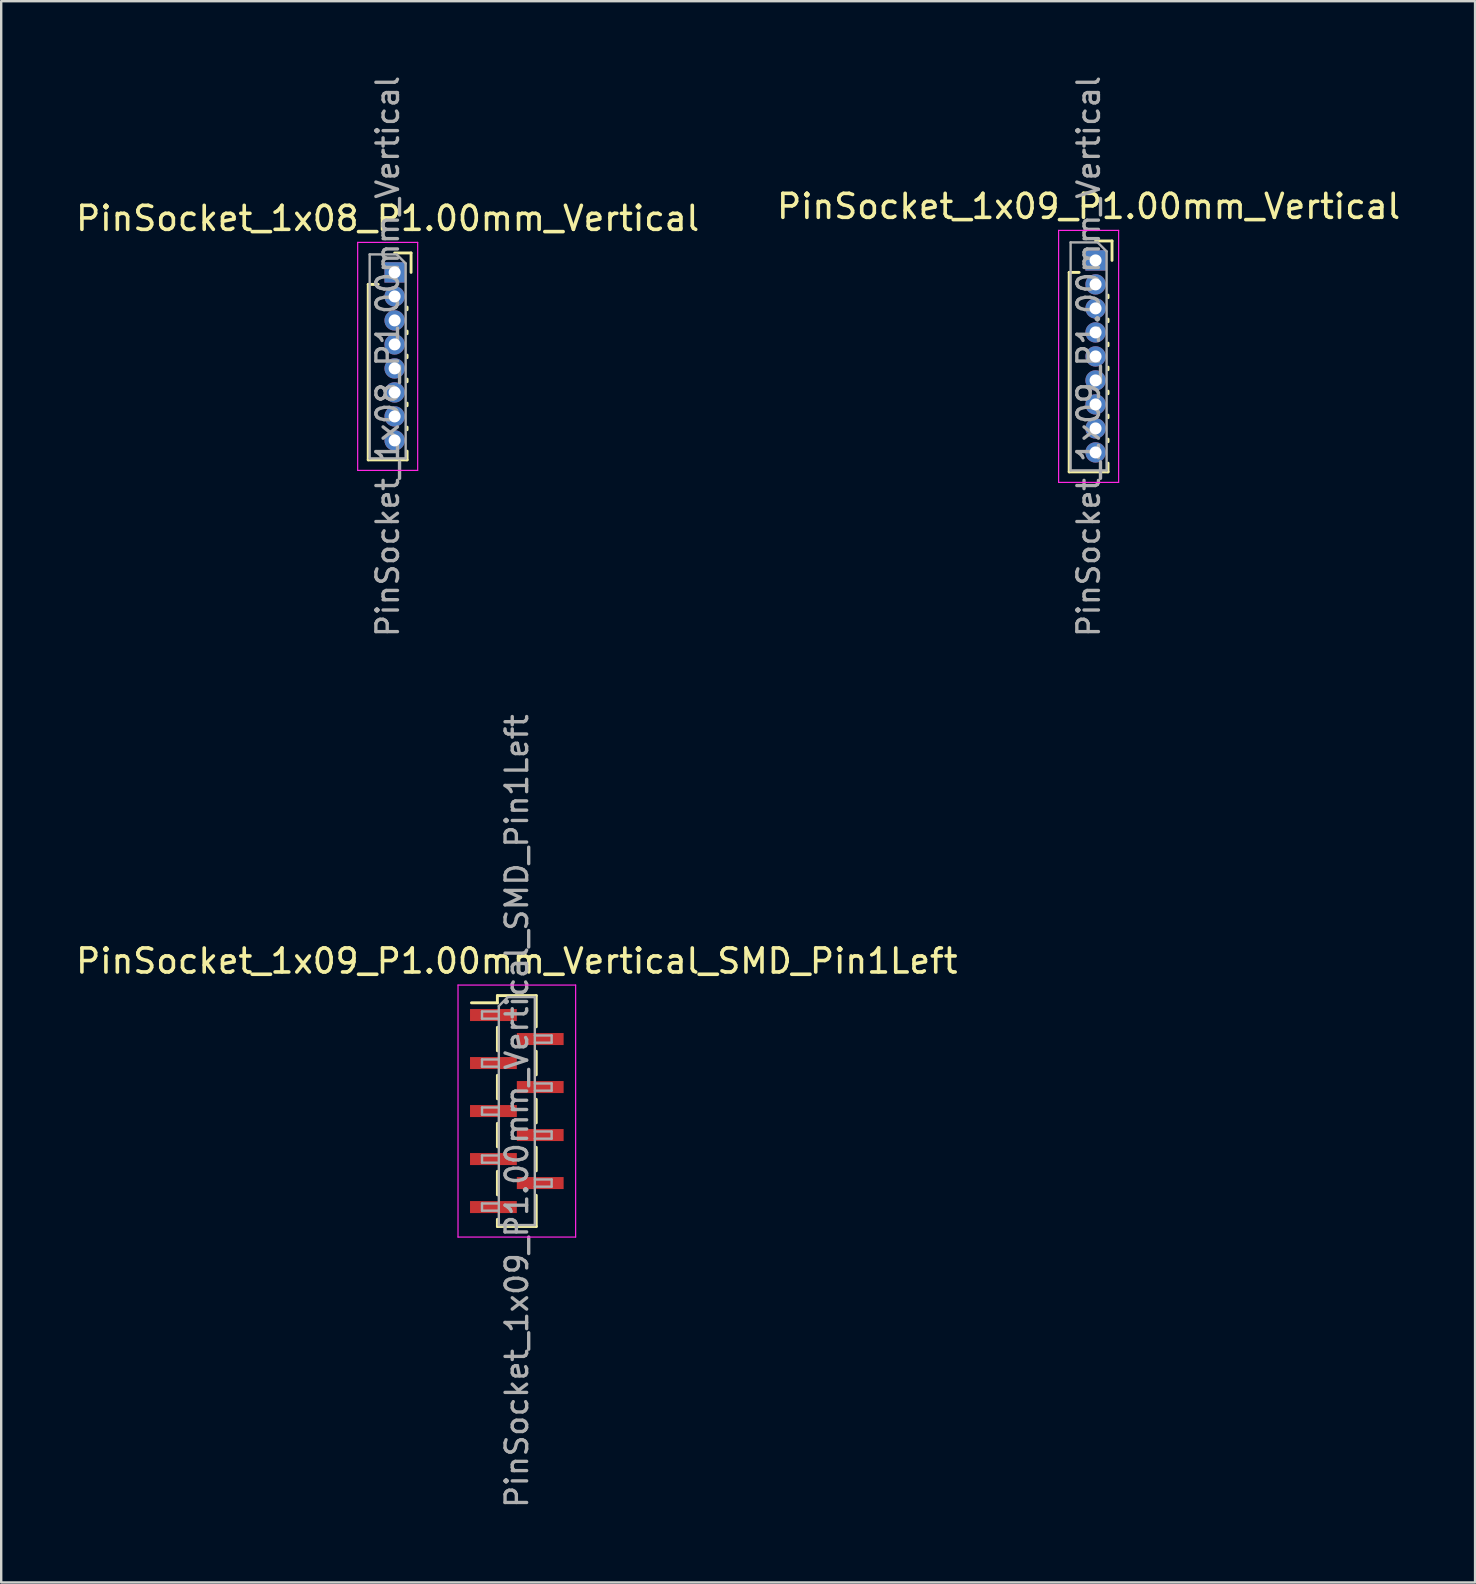
<source format=kicad_pcb>
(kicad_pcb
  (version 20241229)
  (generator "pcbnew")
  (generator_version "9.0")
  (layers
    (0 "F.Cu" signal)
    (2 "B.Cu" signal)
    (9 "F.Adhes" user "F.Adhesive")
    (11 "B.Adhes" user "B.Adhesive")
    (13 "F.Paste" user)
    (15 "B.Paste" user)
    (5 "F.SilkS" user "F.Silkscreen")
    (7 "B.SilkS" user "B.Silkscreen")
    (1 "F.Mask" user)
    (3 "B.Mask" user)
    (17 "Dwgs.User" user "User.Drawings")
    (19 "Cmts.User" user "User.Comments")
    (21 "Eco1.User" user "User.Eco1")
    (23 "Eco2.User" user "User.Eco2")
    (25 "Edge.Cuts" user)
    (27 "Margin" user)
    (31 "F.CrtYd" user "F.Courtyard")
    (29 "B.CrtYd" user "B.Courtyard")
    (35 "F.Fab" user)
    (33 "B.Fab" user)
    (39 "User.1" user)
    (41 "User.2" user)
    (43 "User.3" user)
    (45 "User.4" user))
  (footprint "PinSocket_1x09_P1.00mm_Vertical"
    (layer "F.Cu")
    (at 42.594 7.799)
    (property "Reference" "PinSocket_1x09_P1.00mm_Vertical" (at -0.29 -2.25 0) (layer "F.SilkS") (effects (font (size 1 1) (thickness 0.15))))
    (attr through_hole)
    (fp_line (start -1.1 0.5) (end -1.1 8.81) (stroke (width 0.12) (type solid)) (layer "F.SilkS"))
    (fp_line (start -1.1 0.5) (end -0.685 0.5) (stroke (width 0.12) (type solid)) (layer "F.SilkS"))
    (fp_line (start -1.1 8.81) (end 0.52 8.81) (stroke (width 0.12) (type solid)) (layer "F.SilkS"))
    (fp_line (start 0 -0.81) (end 0.685 -0.81) (stroke (width 0.12) (type solid)) (layer "F.SilkS"))
    (fp_line (start 0.52 1.446) (end 0.52 1.554) (stroke (width 0.12) (type solid)) (layer "F.SilkS"))
    (fp_line (start 0.52 2.446) (end 0.52 2.554) (stroke (width 0.12) (type solid)) (layer "F.SilkS"))
    (fp_line (start 0.52 3.446) (end 0.52 3.554) (stroke (width 0.12) (type solid)) (layer "F.SilkS"))
    (fp_line (start 0.52 4.446) (end 0.52 4.554) (stroke (width 0.12) (type solid)) (layer "F.SilkS"))
    (fp_line (start 0.52 5.446) (end 0.52 5.554) (stroke (width 0.12) (type solid)) (layer "F.SilkS"))
    (fp_line (start 0.52 6.446) (end 0.52 6.554) (stroke (width 0.12) (type solid)) (layer "F.SilkS"))
    (fp_line (start 0.52 7.446) (end 0.52 7.554) (stroke (width 0.12) (type solid)) (layer "F.SilkS"))
    (fp_line (start 0.52 8.446) (end 0.52 8.81) (stroke (width 0.12) (type solid)) (layer "F.SilkS"))
    (fp_line (start 0.685 -0.81) (end 0.685 0) (stroke (width 0.12) (type solid)) (layer "F.SilkS"))
    (fp_line (start -1.54 -1.25) (end 0.96 -1.25) (stroke (width 0.05) (type solid)) (layer "F.CrtYd"))
    (fp_line (start -1.54 9.25) (end -1.54 -1.25) (stroke (width 0.05) (type solid)) (layer "F.CrtYd"))
    (fp_line (start 0.96 -1.25) (end 0.96 9.25) (stroke (width 0.05) (type solid)) (layer "F.CrtYd"))
    (fp_line (start 0.96 9.25) (end -1.54 9.25) (stroke (width 0.05) (type solid)) (layer "F.CrtYd"))
    (fp_line (start -1.04 -0.75) (end 0.085 -0.75) (stroke (width 0.1) (type solid)) (layer "F.Fab"))
    (fp_line (start -1.04 8.75) (end -1.04 -0.75) (stroke (width 0.1) (type solid)) (layer "F.Fab"))
    (fp_line (start 0.085 -0.75) (end 0.46 -0.375) (stroke (width 0.1) (type solid)) (layer "F.Fab"))
    (fp_line (start 0.46 -0.375) (end 0.46 8.75) (stroke (width 0.1) (type solid)) (layer "F.Fab"))
    (fp_line (start 0.46 8.75) (end -1.04 8.75) (stroke (width 0.1) (type solid)) (layer "F.Fab"))
    (fp_text user "${REFERENCE}" (at -0.29 4 90) (layer "F.Fab") (effects (font (size 0.9 0.9) (thickness 0.14))))
    (pad "1" thru_hole rect (at 0 0) (size 0.85 0.85) (drill 0.5) (layers "*.Cu" "*.Mask"))
    (pad "2" thru_hole oval (at 0 1) (size 0.85 0.85) (drill 0.5) (layers "*.Cu" "*.Mask"))
    (pad "3" thru_hole oval (at 0 2) (size 0.85 0.85) (drill 0.5) (layers "*.Cu" "*.Mask"))
    (pad "4" thru_hole oval (at 0 3) (size 0.85 0.85) (drill 0.5) (layers "*.Cu" "*.Mask"))
    (pad "5" thru_hole oval (at 0 4) (size 0.85 0.85) (drill 0.5) (layers "*.Cu" "*.Mask"))
    (pad "6" thru_hole oval (at 0 5) (size 0.85 0.85) (drill 0.5) (layers "*.Cu" "*.Mask"))
    (pad "7" thru_hole oval (at 0 6) (size 0.85 0.85) (drill 0.5) (layers "*.Cu" "*.Mask"))
    (pad "8" thru_hole oval (at 0 7) (size 0.85 0.85) (drill 0.5) (layers "*.Cu" "*.Mask"))
    (pad "9" thru_hole oval (at 0 8) (size 0.85 0.85) (drill 0.5) (layers "*.Cu" "*.Mask")))
  (footprint "PinSocket_1x09_P1.00mm_Vertical_SMD_Pin1Left"
    (layer "F.Cu")
    (at 18.482 43.239)
    (property "Reference" "PinSocket_1x09_P1.00mm_Vertical_SMD_Pin1Left" (at 0 -6.25 0) (layer "F.SilkS") (effects (font (size 1 1) (thickness 0.15))))
    (attr smd)
    (fp_line (start -1.89 -4.51) (end -0.81 -4.51) (stroke (width 0.12) (type solid)) (layer "F.SilkS"))
    (fp_line (start -0.81 -4.81) (end -0.81 -4.51) (stroke (width 0.12) (type solid)) (layer "F.SilkS"))
    (fp_line (start -0.81 -4.81) (end 0.81 -4.81) (stroke (width 0.12) (type solid)) (layer "F.SilkS"))
    (fp_line (start -0.81 -3.49) (end -0.81 -2.51) (stroke (width 0.12) (type solid)) (layer "F.SilkS"))
    (fp_line (start -0.81 -1.49) (end -0.81 -0.51) (stroke (width 0.12) (type solid)) (layer "F.SilkS"))
    (fp_line (start -0.81 0.51) (end -0.81 1.49) (stroke (width 0.12) (type solid)) (layer "F.SilkS"))
    (fp_line (start -0.81 2.51) (end -0.81 3.49) (stroke (width 0.12) (type solid)) (layer "F.SilkS"))
    (fp_line (start -0.81 4.51) (end -0.81 4.81) (stroke (width 0.12) (type solid)) (layer "F.SilkS"))
    (fp_line (start -0.81 4.81) (end 0.81 4.81) (stroke (width 0.12) (type solid)) (layer "F.SilkS"))
    (fp_line (start 0.81 -4.81) (end 0.81 -3.51) (stroke (width 0.12) (type solid)) (layer "F.SilkS"))
    (fp_line (start 0.81 -2.49) (end 0.81 -1.51) (stroke (width 0.12) (type solid)) (layer "F.SilkS"))
    (fp_line (start 0.81 -0.49) (end 0.81 0.49) (stroke (width 0.12) (type solid)) (layer "F.SilkS"))
    (fp_line (start 0.81 1.51) (end 0.81 2.49) (stroke (width 0.12) (type solid)) (layer "F.SilkS"))
    (fp_line (start 0.81 3.51) (end 0.81 4.81) (stroke (width 0.12) (type solid)) (layer "F.SilkS"))
    (fp_line (start -2.45 -5.25) (end 2.45 -5.25) (stroke (width 0.05) (type solid)) (layer "F.CrtYd"))
    (fp_line (start -2.45 5.25) (end -2.45 -5.25) (stroke (width 0.05) (type solid)) (layer "F.CrtYd"))
    (fp_line (start 2.45 -5.25) (end 2.45 5.25) (stroke (width 0.05) (type solid)) (layer "F.CrtYd"))
    (fp_line (start 2.45 5.25) (end -2.45 5.25) (stroke (width 0.05) (type solid)) (layer "F.CrtYd"))
    (fp_line (start -1.45 -4.15) (end -0.75 -4.15) (stroke (width 0.1) (type solid)) (layer "F.Fab"))
    (fp_line (start -1.45 -3.85) (end -1.45 -4.15) (stroke (width 0.1) (type solid)) (layer "F.Fab"))
    (fp_line (start -1.45 -2.15) (end -0.75 -2.15) (stroke (width 0.1) (type solid)) (layer "F.Fab"))
    (fp_line (start -1.45 -1.85) (end -1.45 -2.15) (stroke (width 0.1) (type solid)) (layer "F.Fab"))
    (fp_line (start -1.45 -0.15) (end -0.75 -0.15) (stroke (width 0.1) (type solid)) (layer "F.Fab"))
    (fp_line (start -1.45 0.15) (end -1.45 -0.15) (stroke (width 0.1) (type solid)) (layer "F.Fab"))
    (fp_line (start -1.45 1.85) (end -0.75 1.85) (stroke (width 0.1) (type solid)) (layer "F.Fab"))
    (fp_line (start -1.45 2.15) (end -1.45 1.85) (stroke (width 0.1) (type solid)) (layer "F.Fab"))
    (fp_line (start -1.45 3.85) (end -0.75 3.85) (stroke (width 0.1) (type solid)) (layer "F.Fab"))
    (fp_line (start -1.45 4.15) (end -1.45 3.85) (stroke (width 0.1) (type solid)) (layer "F.Fab"))
    (fp_line (start -0.75 -4.375) (end -0.375 -4.75) (stroke (width 0.1) (type solid)) (layer "F.Fab"))
    (fp_line (start -0.75 -3.85) (end -1.45 -3.85) (stroke (width 0.1) (type solid)) (layer "F.Fab"))
    (fp_line (start -0.75 -1.85) (end -1.45 -1.85) (stroke (width 0.1) (type solid)) (layer "F.Fab"))
    (fp_line (start -0.75 0.15) (end -1.45 0.15) (stroke (width 0.1) (type solid)) (layer "F.Fab"))
    (fp_line (start -0.75 2.15) (end -1.45 2.15) (stroke (width 0.1) (type solid)) (layer "F.Fab"))
    (fp_line (start -0.75 4.15) (end -1.45 4.15) (stroke (width 0.1) (type solid)) (layer "F.Fab"))
    (fp_line (start -0.75 4.75) (end -0.75 -4.375) (stroke (width 0.1) (type solid)) (layer "F.Fab"))
    (fp_line (start -0.375 -4.75) (end 0.75 -4.75) (stroke (width 0.1) (type solid)) (layer "F.Fab"))
    (fp_line (start 0.75 -4.75) (end 0.75 4.75) (stroke (width 0.1) (type solid)) (layer "F.Fab"))
    (fp_line (start 0.75 -3.15) (end 1.45 -3.15) (stroke (width 0.1) (type solid)) (layer "F.Fab"))
    (fp_line (start 0.75 -1.15) (end 1.45 -1.15) (stroke (width 0.1) (type solid)) (layer "F.Fab"))
    (fp_line (start 0.75 0.85) (end 1.45 0.85) (stroke (width 0.1) (type solid)) (layer "F.Fab"))
    (fp_line (start 0.75 2.85) (end 1.45 2.85) (stroke (width 0.1) (type solid)) (layer "F.Fab"))
    (fp_line (start 0.75 4.75) (end -0.75 4.75) (stroke (width 0.1) (type solid)) (layer "F.Fab"))
    (fp_line (start 1.45 -3.15) (end 1.45 -2.85) (stroke (width 0.1) (type solid)) (layer "F.Fab"))
    (fp_line (start 1.45 -2.85) (end 0.75 -2.85) (stroke (width 0.1) (type solid)) (layer "F.Fab"))
    (fp_line (start 1.45 -1.15) (end 1.45 -0.85) (stroke (width 0.1) (type solid)) (layer "F.Fab"))
    (fp_line (start 1.45 -0.85) (end 0.75 -0.85) (stroke (width 0.1) (type solid)) (layer "F.Fab"))
    (fp_line (start 1.45 0.85) (end 1.45 1.15) (stroke (width 0.1) (type solid)) (layer "F.Fab"))
    (fp_line (start 1.45 1.15) (end 0.75 1.15) (stroke (width 0.1) (type solid)) (layer "F.Fab"))
    (fp_line (start 1.45 2.85) (end 1.45 3.15) (stroke (width 0.1) (type solid)) (layer "F.Fab"))
    (fp_line (start 1.45 3.15) (end 0.75 3.15) (stroke (width 0.1) (type solid)) (layer "F.Fab"))
    (fp_text user "${REFERENCE}" (at 0 0 90) (layer "F.Fab") (effects (font (size 0.9 0.9) (thickness 0.14))))
    (pad "1" smd rect (at -0.975 -4) (size 1.95 0.5) (layers "F.Cu" "F.Mask" "F.Paste"))
    (pad "2" smd rect (at 0.975 -3) (size 1.95 0.5) (layers "F.Cu" "F.Mask" "F.Paste"))
    (pad "3" smd rect (at -0.975 -2) (size 1.95 0.5) (layers "F.Cu" "F.Mask" "F.Paste"))
    (pad "4" smd rect (at 0.975 -1) (size 1.95 0.5) (layers "F.Cu" "F.Mask" "F.Paste"))
    (pad "5" smd rect (at -0.975 0) (size 1.95 0.5) (layers "F.Cu" "F.Mask" "F.Paste"))
    (pad "6" smd rect (at 0.975 1) (size 1.95 0.5) (layers "F.Cu" "F.Mask" "F.Paste"))
    (pad "7" smd rect (at -0.975 2) (size 1.95 0.5) (layers "F.Cu" "F.Mask" "F.Paste"))
    (pad "8" smd rect (at 0.975 3) (size 1.95 0.5) (layers "F.Cu" "F.Mask" "F.Paste"))
    (pad "9" smd rect (at -0.975 4) (size 1.95 0.5) (layers "F.Cu" "F.Mask" "F.Paste")))
  (footprint "PinSocket_1x08_P1.00mm_Vertical"
    (layer "F.Cu")
    (at 13.391 8.299)
    (property "Reference" "PinSocket_1x08_P1.00mm_Vertical" (at -0.29 -2.25 0) (layer "F.SilkS") (effects (font (size 1 1) (thickness 0.15))))
    (attr through_hole)
    (fp_line (start -1.1 0.5) (end -1.1 7.81) (stroke (width 0.12) (type solid)) (layer "F.SilkS"))
    (fp_line (start -1.1 0.5) (end -0.685 0.5) (stroke (width 0.12) (type solid)) (layer "F.SilkS"))
    (fp_line (start -1.1 7.81) (end 0.52 7.81) (stroke (width 0.12) (type solid)) (layer "F.SilkS"))
    (fp_line (start 0 -0.81) (end 0.685 -0.81) (stroke (width 0.12) (type solid)) (layer "F.SilkS"))
    (fp_line (start 0.52 1.446) (end 0.52 1.554) (stroke (width 0.12) (type solid)) (layer "F.SilkS"))
    (fp_line (start 0.52 2.446) (end 0.52 2.554) (stroke (width 0.12) (type solid)) (layer "F.SilkS"))
    (fp_line (start 0.52 3.446) (end 0.52 3.554) (stroke (width 0.12) (type solid)) (layer "F.SilkS"))
    (fp_line (start 0.52 4.446) (end 0.52 4.554) (stroke (width 0.12) (type solid)) (layer "F.SilkS"))
    (fp_line (start 0.52 5.446) (end 0.52 5.554) (stroke (width 0.12) (type solid)) (layer "F.SilkS"))
    (fp_line (start 0.52 6.446) (end 0.52 6.554) (stroke (width 0.12) (type solid)) (layer "F.SilkS"))
    (fp_line (start 0.52 7.446) (end 0.52 7.81) (stroke (width 0.12) (type solid)) (layer "F.SilkS"))
    (fp_line (start 0.685 -0.81) (end 0.685 0) (stroke (width 0.12) (type solid)) (layer "F.SilkS"))
    (fp_line (start -1.54 -1.25) (end 0.96 -1.25) (stroke (width 0.05) (type solid)) (layer "F.CrtYd"))
    (fp_line (start -1.54 8.25) (end -1.54 -1.25) (stroke (width 0.05) (type solid)) (layer "F.CrtYd"))
    (fp_line (start 0.96 -1.25) (end 0.96 8.25) (stroke (width 0.05) (type solid)) (layer "F.CrtYd"))
    (fp_line (start 0.96 8.25) (end -1.54 8.25) (stroke (width 0.05) (type solid)) (layer "F.CrtYd"))
    (fp_line (start -1.04 -0.75) (end 0.085 -0.75) (stroke (width 0.1) (type solid)) (layer "F.Fab"))
    (fp_line (start -1.04 7.75) (end -1.04 -0.75) (stroke (width 0.1) (type solid)) (layer "F.Fab"))
    (fp_line (start 0.085 -0.75) (end 0.46 -0.375) (stroke (width 0.1) (type solid)) (layer "F.Fab"))
    (fp_line (start 0.46 -0.375) (end 0.46 7.75) (stroke (width 0.1) (type solid)) (layer "F.Fab"))
    (fp_line (start 0.46 7.75) (end -1.04 7.75) (stroke (width 0.1) (type solid)) (layer "F.Fab"))
    (fp_text user "${REFERENCE}" (at -0.29 3.5 90) (layer "F.Fab") (effects (font (size 0.9 0.9) (thickness 0.14))))
    (pad "1" thru_hole rect (at 0 0) (size 0.85 0.85) (drill 0.5) (layers "*.Cu" "*.Mask"))
    (pad "2" thru_hole oval (at 0 1) (size 0.85 0.85) (drill 0.5) (layers "*.Cu" "*.Mask"))
    (pad "3" thru_hole oval (at 0 2) (size 0.85 0.85) (drill 0.5) (layers "*.Cu" "*.Mask"))
    (pad "4" thru_hole oval (at 0 3) (size 0.85 0.85) (drill 0.5) (layers "*.Cu" "*.Mask"))
    (pad "5" thru_hole oval (at 0 4) (size 0.85 0.85) (drill 0.5) (layers "*.Cu" "*.Mask"))
    (pad "6" thru_hole oval (at 0 5) (size 0.85 0.85) (drill 0.5) (layers "*.Cu" "*.Mask"))
    (pad "7" thru_hole oval (at 0 6) (size 0.85 0.85) (drill 0.5) (layers "*.Cu" "*.Mask"))
    (pad "8" thru_hole oval (at 0 7) (size 0.85 0.85) (drill 0.5) (layers "*.Cu" "*.Mask")))
  (gr_rect
    (start -3 -3)
    (end 58.405 62.88)
    (stroke (width 0.1) (type default))
    (fill no)
    (layer "Edge.Cuts")))
</source>
